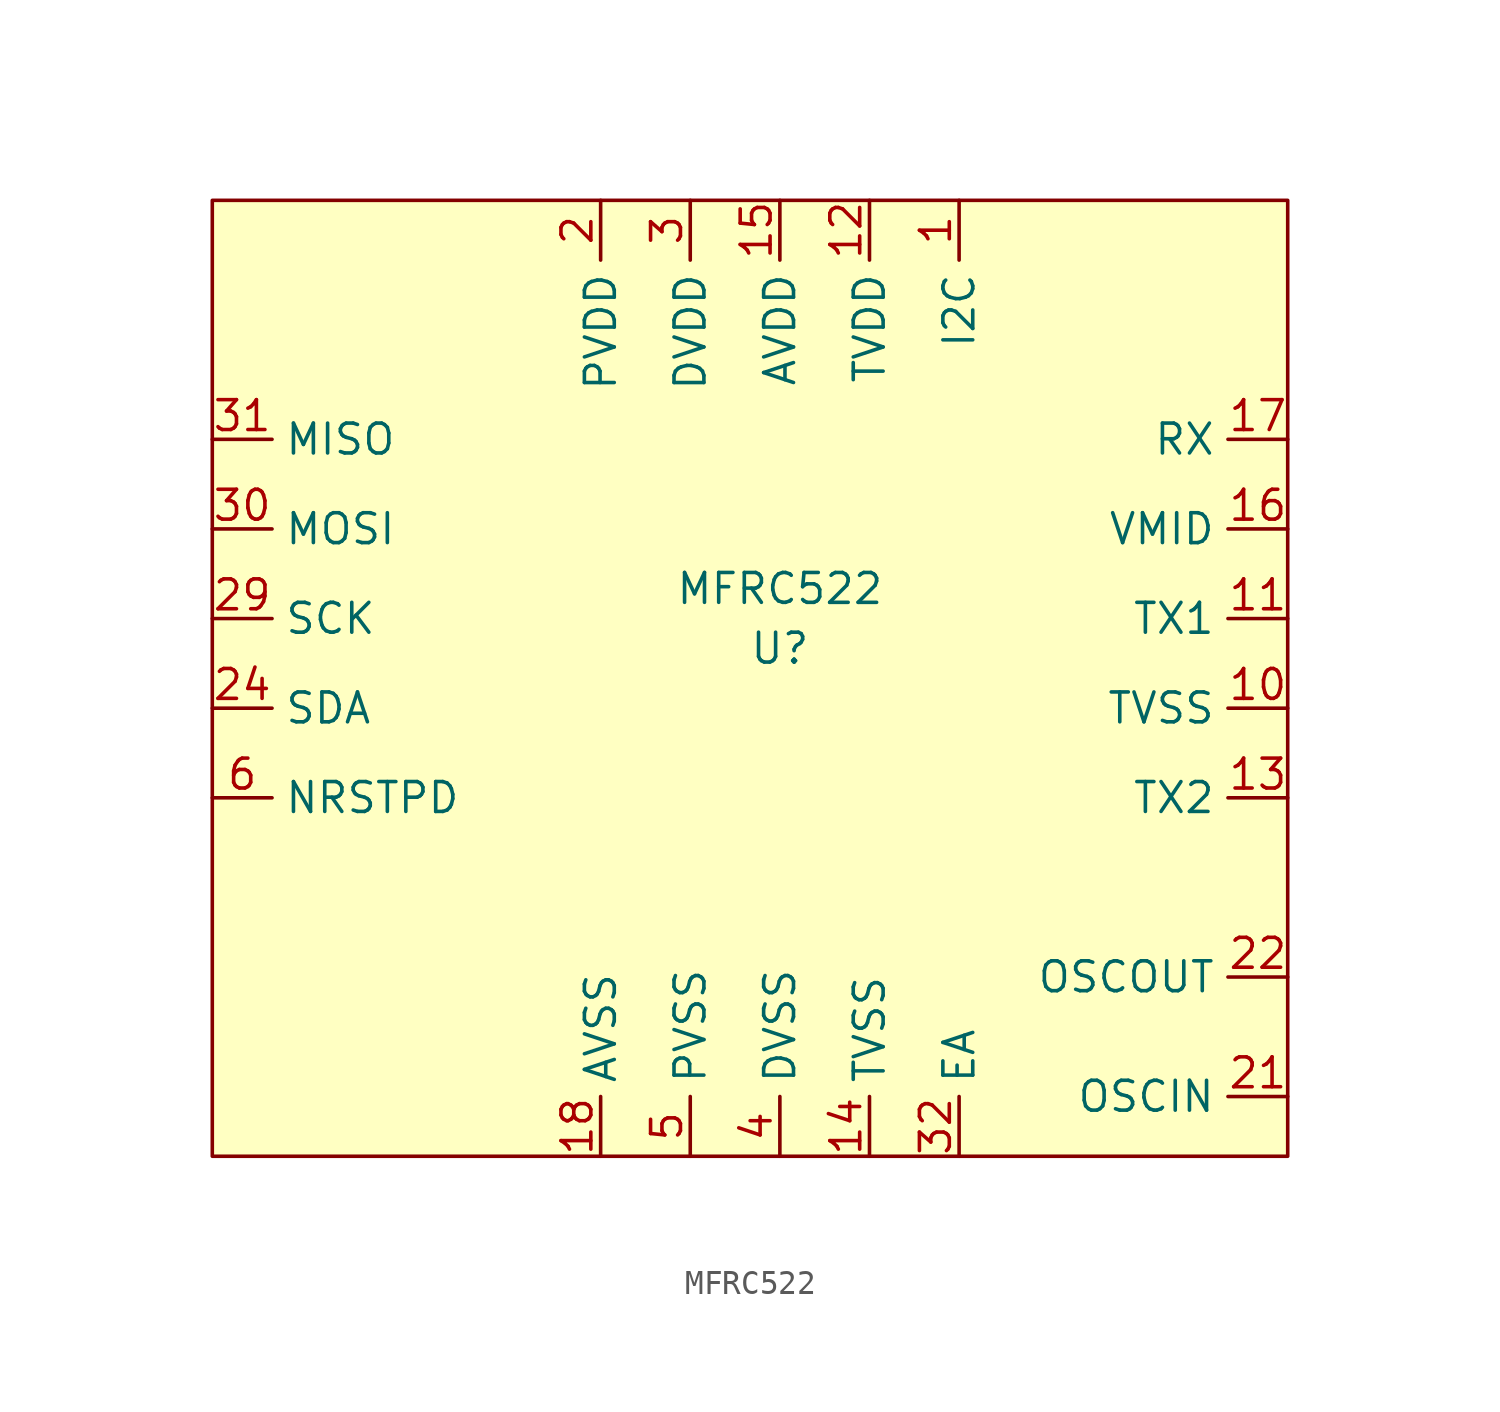
<source format=kicad_sym>
(kicad_symbol_lib
  (version 20220126)
  (generator kicad_symbol_editor)
  (symbol "MFRC522"
    (property "Reference" "U"
      (at 0 0 0)
      (effects (font (size 1.27 1.27))))
    (property "Value" "MFRC522"
      (at 0 2.54 0)
      (effects (font (size 1.27 1.27))))
    (symbol "MFRC522_0_1"
      (rectangle (start -24.13 19.05) (end 21.59 -21.59) (stroke (width 0.152) (type default)) (fill (type background))))
    (symbol "MFRC522_1_1"
      (pin input line (at 7.62 19.05 270) (length 2.54) (name "I2C" (effects (font (size 1.27 1.27)))) (number "1" (effects (font (size 1.27 1.27)))))
      (pin passive line (at 21.59 -2.54 180) (length 2.54) (name "TVSS" (effects (font (size 1.27 1.27)))) (number "10" (effects (font (size 1.27 1.27)))))
      (pin passive line (at 21.59 1.27 180) (length 2.54) (name "TX1" (effects (font (size 1.27 1.27)))) (number "11" (effects (font (size 1.27 1.27)))))
      (pin input line (at 3.81 19.05 270) (length 2.54) (name "TVDD" (effects (font (size 1.27 1.27)))) (number "12" (effects (font (size 1.27 1.27)))))
      (pin passive line (at 21.59 -6.35 180) (length 2.54) (name "TX2" (effects (font (size 1.27 1.27)))) (number "13" (effects (font (size 1.27 1.27)))))
      (pin input line (at 3.81 -21.59 90) (length 2.54) (name "TVSS" (effects (font (size 1.27 1.27)))) (number "14" (effects (font (size 1.27 1.27)))))
      (pin input line (at 0 19.05 270) (length 2.54) (name "AVDD" (effects (font (size 1.27 1.27)))) (number "15" (effects (font (size 1.27 1.27)))))
      (pin passive line (at 21.59 5.08 180) (length 2.54) (name "VMID" (effects (font (size 1.27 1.27)))) (number "16" (effects (font (size 1.27 1.27)))))
      (pin passive line (at 21.59 8.89 180) (length 2.54) (name "RX" (effects (font (size 1.27 1.27)))) (number "17" (effects (font (size 1.27 1.27)))))
      (pin input line (at -7.62 -21.59 90) (length 2.54) (name "AVSS" (effects (font (size 1.27 1.27)))) (number "18" (effects (font (size 1.27 1.27)))))
      (pin input line (at -7.62 19.05 270) (length 2.54) (name "PVDD" (effects (font (size 1.27 1.27)))) (number "2" (effects (font (size 1.27 1.27)))))
      (pin input line (at 21.59 -19.05 180) (length 2.54) (name "OSCIN" (effects (font (size 1.27 1.27)))) (number "21" (effects (font (size 1.27 1.27)))))
      (pin input line (at 21.59 -13.97 180) (length 2.54) (name "OSCOUT" (effects (font (size 1.27 1.27)))) (number "22" (effects (font (size 1.27 1.27)))))
      (pin input line (at -24.13 -2.54 0) (length 2.54) (name "SDA" (effects (font (size 1.27 1.27)))) (number "24" (effects (font (size 1.27 1.27)))))
      (pin input line (at -24.13 1.27 0) (length 2.54) (name "SCK" (effects (font (size 1.27 1.27)))) (number "29" (effects (font (size 1.27 1.27)))))
      (pin input line (at -3.81 19.05 270) (length 2.54) (name "DVDD" (effects (font (size 1.27 1.27)))) (number "3" (effects (font (size 1.27 1.27)))))
      (pin input line (at -24.13 5.08 0) (length 2.54) (name "MOSI" (effects (font (size 1.27 1.27)))) (number "30" (effects (font (size 1.27 1.27)))))
      (pin output line (at -24.13 8.89 0) (length 2.54) (name "MISO" (effects (font (size 1.27 1.27)))) (number "31" (effects (font (size 1.27 1.27)))))
      (pin input line (at 7.62 -21.59 90) (length 2.54) (name "EA" (effects (font (size 1.27 1.27)))) (number "32" (effects (font (size 1.27 1.27)))))
      (pin input line (at 0 -21.59 90) (length 2.54) (name "DVSS" (effects (font (size 1.27 1.27)))) (number "4" (effects (font (size 1.27 1.27)))))
      (pin input line (at -3.81 -21.59 90) (length 2.54) (name "PVSS" (effects (font (size 1.27 1.27)))) (number "5" (effects (font (size 1.27 1.27)))))
      (pin input line (at -24.13 -6.35 0) (length 2.54) (name "NRSTPD" (effects (font (size 1.27 1.27)))) (number "6" (effects (font (size 1.27 1.27))))))))
</source>
